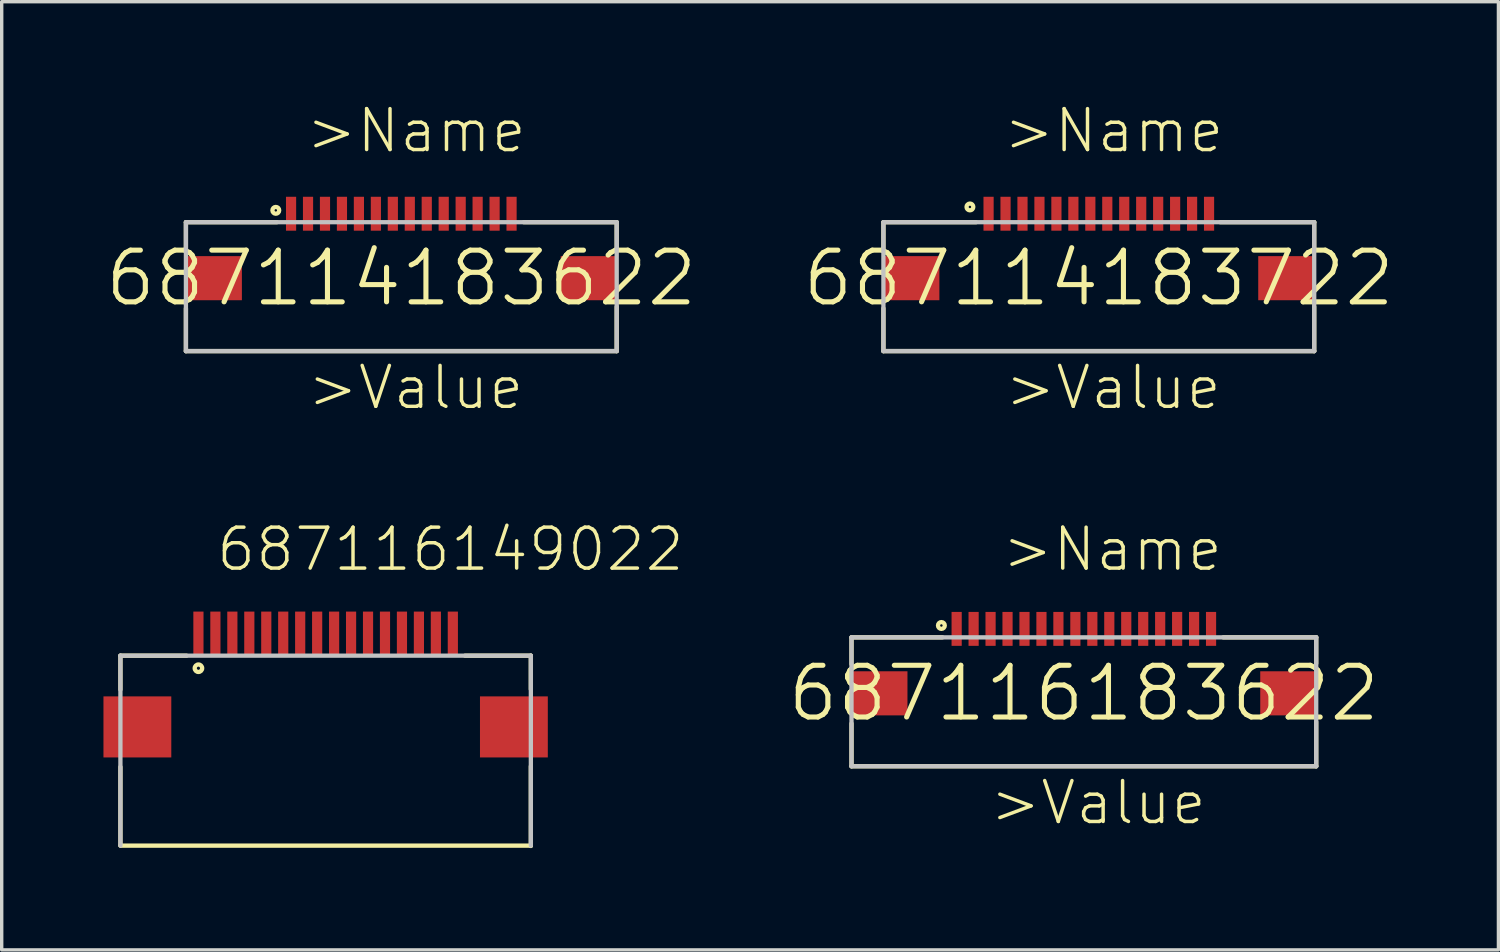
<source format=kicad_pcb>
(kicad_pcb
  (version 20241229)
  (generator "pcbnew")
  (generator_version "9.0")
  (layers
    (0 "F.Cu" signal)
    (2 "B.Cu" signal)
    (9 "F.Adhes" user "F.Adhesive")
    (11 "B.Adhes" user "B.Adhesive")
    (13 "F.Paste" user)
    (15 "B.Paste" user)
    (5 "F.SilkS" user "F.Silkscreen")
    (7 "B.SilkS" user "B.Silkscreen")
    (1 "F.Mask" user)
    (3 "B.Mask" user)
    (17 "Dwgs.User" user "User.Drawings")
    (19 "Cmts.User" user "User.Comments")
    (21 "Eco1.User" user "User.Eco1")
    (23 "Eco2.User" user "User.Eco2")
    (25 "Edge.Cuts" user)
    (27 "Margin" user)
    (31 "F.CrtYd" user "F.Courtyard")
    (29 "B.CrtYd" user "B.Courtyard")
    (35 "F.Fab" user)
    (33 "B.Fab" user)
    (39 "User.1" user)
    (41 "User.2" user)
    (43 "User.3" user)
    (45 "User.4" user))
  (footprint "687116149022"
    (layer "F.Cu")
    (at 6.55 15.63)
    (property "Reference" "687116149022" (at -3.28 -1.78 0) (layer "F.SilkS") (effects (font (size 1.206 1.206) (thickness 0.102)) (justify left bottom)))
    (attr through_hole)
    (fp_line (start -6.05 0.65) (end -6.05 1.65) (stroke (width 0.127) (type solid)) (layer "F.SilkS"))
    (fp_line (start -6.05 3.93) (end -6.05 6.24) (stroke (width 0.127) (type solid)) (layer "F.SilkS"))
    (fp_line (start -4.1 0.65) (end -6.05 0.65) (stroke (width 0.127) (type solid)) (layer "F.SilkS"))
    (fp_line (start 4.11 0.65) (end 6.05 0.65) (stroke (width 0.127) (type solid)) (layer "F.SilkS"))
    (fp_line (start 6.05 0.65) (end 6.05 1.64) (stroke (width 0.127) (type solid)) (layer "F.SilkS"))
    (fp_line (start 6.05 3.91) (end 6.05 6.26) (stroke (width 0.127) (type solid)) (layer "F.SilkS"))
    (fp_line (start 6.05 6.25) (end -6.05 6.25) (stroke (width 0.127) (type solid)) (layer "F.SilkS"))
    (fp_circle (center -3.75 1.02) (end -3.64 1.02) (stroke (width 0.127) (type solid)) (fill no) (layer "F.SilkS"))
    (fp_line (start -6.05 0.65) (end 6.05 0.65) (stroke (width 0.127) (type solid)) (layer "Dwgs.User"))
    (fp_line (start -6.05 6.25) (end -6.05 0.65) (stroke (width 0.127) (type solid)) (layer "Dwgs.User"))
    (fp_line (start 6.05 0.65) (end 6.05 6.25) (stroke (width 0.127) (type solid)) (layer "Dwgs.User"))
    (pad "1" smd rect (at -3.75 0) (size 0.3 1.3) (layers "F.Cu" "F.Mask" "F.Paste"))
    (pad "2" smd rect (at -3.25 0) (size 0.3 1.3) (layers "F.Cu" "F.Mask" "F.Paste"))
    (pad "3" smd rect (at -2.75 0) (size 0.3 1.3) (layers "F.Cu" "F.Mask" "F.Paste"))
    (pad "4" smd rect (at -2.25 0) (size 0.3 1.3) (layers "F.Cu" "F.Mask" "F.Paste"))
    (pad "5" smd rect (at -1.75 0) (size 0.3 1.3) (layers "F.Cu" "F.Mask" "F.Paste"))
    (pad "6" smd rect (at -1.25 0) (size 0.3 1.3) (layers "F.Cu" "F.Mask" "F.Paste"))
    (pad "7" smd rect (at -0.75 0) (size 0.3 1.3) (layers "F.Cu" "F.Mask" "F.Paste"))
    (pad "8" smd rect (at -0.25 0) (size 0.3 1.3) (layers "F.Cu" "F.Mask" "F.Paste"))
    (pad "9" smd rect (at 0.25 0) (size 0.3 1.3) (layers "F.Cu" "F.Mask" "F.Paste"))
    (pad "10" smd rect (at 0.75 0) (size 0.3 1.3) (layers "F.Cu" "F.Mask" "F.Paste"))
    (pad "11" smd rect (at 1.25 0) (size 0.3 1.3) (layers "F.Cu" "F.Mask" "F.Paste"))
    (pad "12" smd rect (at 1.75 0) (size 0.3 1.3) (layers "F.Cu" "F.Mask" "F.Paste"))
    (pad "13" smd rect (at 2.25 0) (size 0.3 1.3) (layers "F.Cu" "F.Mask" "F.Paste"))
    (pad "14" smd rect (at 2.75 0) (size 0.3 1.3) (layers "F.Cu" "F.Mask" "F.Paste"))
    (pad "15" smd rect (at 3.25 0) (size 0.3 1.3) (layers "F.Cu" "F.Mask" "F.Paste"))
    (pad "16" smd rect (at 3.75 0) (size 0.3 1.3) (layers "F.Cu" "F.Mask" "F.Paste"))
    (pad "Z1" smd rect (at -5.55 2.75) (size 2 1.8) (layers "F.Cu" "F.Mask" "F.Paste"))
    (pad "Z2" smd rect (at 5.55 2.75) (size 2 1.8) (layers "F.Cu" "F.Mask" "F.Paste")))
  (footprint "687114183722"
    (layer "F.Cu")
    (at 29.344 5.151)
    (property "Reference" "687114183722" (at 0 0 0) (layer "F.SilkS") (effects (font (size 1.524 1.524) (thickness 0.15))))
    (attr through_hole)
    (fp_line (start -6.35 -1.65) (end -6.35 -0.87) (stroke (width 0.127) (type solid)) (layer "F.SilkS"))
    (fp_line (start -6.35 0.89) (end -6.35 2.15) (stroke (width 0.127) (type solid)) (layer "F.SilkS"))
    (fp_line (start -6.35 2.15) (end 6.35 2.15) (stroke (width 0.127) (type solid)) (layer "F.SilkS"))
    (fp_line (start -3.62 -1.65) (end -6.35 -1.65) (stroke (width 0.127) (type solid)) (layer "F.SilkS"))
    (fp_line (start 3.58 -1.65) (end 6.35 -1.65) (stroke (width 0.127) (type solid)) (layer "F.SilkS"))
    (fp_line (start 6.35 -1.65) (end 6.35 -0.87) (stroke (width 0.127) (type solid)) (layer "F.SilkS"))
    (fp_line (start 6.35 2.15) (end 6.35 0.84) (stroke (width 0.127) (type solid)) (layer "F.SilkS"))
    (fp_circle (center -3.8 -2.1) (end -3.7 -2.1) (stroke (width 0.127) (type solid)) (fill no) (layer "F.SilkS"))
    (fp_line (start -6.35 -1.65) (end 6.35 -1.65) (stroke (width 0.127) (type solid)) (layer "Dwgs.User"))
    (fp_line (start -6.35 2.15) (end -6.35 -1.65) (stroke (width 0.127) (type solid)) (layer "Dwgs.User"))
    (fp_line (start 6.35 -1.65) (end 6.35 2.15) (stroke (width 0.127) (type solid)) (layer "Dwgs.User"))
    (fp_line (start 6.35 2.15) (end -6.35 2.15) (stroke (width 0.127) (type solid)) (layer "Dwgs.User"))
    (fp_text user ">Value" (at -2.83 3.93 0) (layer "F.SilkS") (effects (font (size 1.206 1.206) (thickness 0.102)) (justify left bottom)))
    (fp_text user ">Name" (at -2.87 -3.64 0) (layer "F.SilkS") (effects (font (size 1.206 1.206) (thickness 0.102)) (justify left bottom)))
    (pad "1" smd rect (at -3.25 -1.9 90) (size 1 0.3) (layers "F.Cu" "F.Mask" "F.Paste"))
    (pad "2" smd rect (at -2.75 -1.9 90) (size 1 0.3) (layers "F.Cu" "F.Mask" "F.Paste"))
    (pad "3" smd rect (at -2.25 -1.9 90) (size 1 0.3) (layers "F.Cu" "F.Mask" "F.Paste"))
    (pad "4" smd rect (at -1.75 -1.9 90) (size 1 0.3) (layers "F.Cu" "F.Mask" "F.Paste"))
    (pad "5" smd rect (at -1.25 -1.9 90) (size 1 0.3) (layers "F.Cu" "F.Mask" "F.Paste"))
    (pad "6" smd rect (at -0.75 -1.9 90) (size 1 0.3) (layers "F.Cu" "F.Mask" "F.Paste"))
    (pad "7" smd rect (at -0.25 -1.9 90) (size 1 0.3) (layers "F.Cu" "F.Mask" "F.Paste"))
    (pad "8" smd rect (at 0.25 -1.9 90) (size 1 0.3) (layers "F.Cu" "F.Mask" "F.Paste"))
    (pad "9" smd rect (at 0.75 -1.9 90) (size 1 0.3) (layers "F.Cu" "F.Mask" "F.Paste"))
    (pad "10" smd rect (at 1.25 -1.9 90) (size 1 0.3) (layers "F.Cu" "F.Mask" "F.Paste"))
    (pad "11" smd rect (at 1.75 -1.9 90) (size 1 0.3) (layers "F.Cu" "F.Mask" "F.Paste"))
    (pad "12" smd rect (at 2.25 -1.9 90) (size 1 0.3) (layers "F.Cu" "F.Mask" "F.Paste"))
    (pad "13" smd rect (at 2.75 -1.9 90) (size 1 0.3) (layers "F.Cu" "F.Mask" "F.Paste"))
    (pad "14" smd rect (at 3.25 -1.9 90) (size 1 0.3) (layers "F.Cu" "F.Mask" "F.Paste"))
    (pad "Z1" smd rect (at -5.525 0) (size 1.65 1.3) (layers "F.Cu" "F.Mask" "F.Paste"))
    (pad "Z2" smd rect (at 5.525 0) (size 1.65 1.3) (layers "F.Cu" "F.Mask" "F.Paste")))
  (footprint "687114183622"
    (layer "F.Cu")
    (at 8.781 5.151)
    (property "Reference" "687114183622" (at 0 0 0) (layer "F.SilkS") (effects (font (size 1.524 1.524) (thickness 0.15))))
    (attr through_hole)
    (fp_line (start -6.35 -1.65) (end -6.35 -0.86) (stroke (width 0.127) (type solid)) (layer "F.SilkS"))
    (fp_line (start -6.35 0.89) (end -6.35 2.15) (stroke (width 0.127) (type solid)) (layer "F.SilkS"))
    (fp_line (start -6.35 2.15) (end 6.35 2.15) (stroke (width 0.127) (type solid)) (layer "F.SilkS"))
    (fp_line (start -3.67 -1.65) (end -6.35 -1.65) (stroke (width 0.127) (type solid)) (layer "F.SilkS"))
    (fp_line (start 3.61 -1.65) (end 6.35 -1.65) (stroke (width 0.127) (type solid)) (layer "F.SilkS"))
    (fp_line (start 6.35 -1.65) (end 6.35 -0.88) (stroke (width 0.127) (type solid)) (layer "F.SilkS"))
    (fp_line (start 6.35 2.15) (end 6.35 0.84) (stroke (width 0.127) (type solid)) (layer "F.SilkS"))
    (fp_circle (center -3.7 -2) (end -3.6 -2) (stroke (width 0.127) (type solid)) (fill no) (layer "F.SilkS"))
    (fp_line (start -6.35 -1.65) (end 6.35 -1.65) (stroke (width 0.127) (type solid)) (layer "Dwgs.User"))
    (fp_line (start -6.35 2.15) (end -6.35 -1.65) (stroke (width 0.127) (type solid)) (layer "Dwgs.User"))
    (fp_line (start 6.35 -1.65) (end 6.35 2.15) (stroke (width 0.127) (type solid)) (layer "Dwgs.User"))
    (fp_line (start 6.35 2.15) (end -6.35 2.15) (stroke (width 0.127) (type solid)) (layer "Dwgs.User"))
    (fp_text user ">Value" (at -2.83 3.93 0) (layer "F.SilkS") (effects (font (size 1.206 1.206) (thickness 0.102)) (justify left bottom)))
    (fp_text user ">Name" (at -2.87 -3.64 0) (layer "F.SilkS") (effects (font (size 1.206 1.206) (thickness 0.102)) (justify left bottom)))
    (pad "1" smd rect (at -3.25 -1.9 90) (size 1 0.3) (layers "F.Cu" "F.Mask" "F.Paste"))
    (pad "2" smd rect (at -2.75 -1.9 90) (size 1 0.3) (layers "F.Cu" "F.Mask" "F.Paste"))
    (pad "3" smd rect (at -2.25 -1.9 90) (size 1 0.3) (layers "F.Cu" "F.Mask" "F.Paste"))
    (pad "4" smd rect (at -1.75 -1.9 90) (size 1 0.3) (layers "F.Cu" "F.Mask" "F.Paste"))
    (pad "5" smd rect (at -1.25 -1.9 90) (size 1 0.3) (layers "F.Cu" "F.Mask" "F.Paste"))
    (pad "6" smd rect (at -0.75 -1.9 90) (size 1 0.3) (layers "F.Cu" "F.Mask" "F.Paste"))
    (pad "7" smd rect (at -0.25 -1.9 90) (size 1 0.3) (layers "F.Cu" "F.Mask" "F.Paste"))
    (pad "8" smd rect (at 0.25 -1.9 90) (size 1 0.3) (layers "F.Cu" "F.Mask" "F.Paste"))
    (pad "9" smd rect (at 0.75 -1.9 90) (size 1 0.3) (layers "F.Cu" "F.Mask" "F.Paste"))
    (pad "10" smd rect (at 1.25 -1.9 90) (size 1 0.3) (layers "F.Cu" "F.Mask" "F.Paste"))
    (pad "11" smd rect (at 1.75 -1.9 90) (size 1 0.3) (layers "F.Cu" "F.Mask" "F.Paste"))
    (pad "12" smd rect (at 2.25 -1.9 90) (size 1 0.3) (layers "F.Cu" "F.Mask" "F.Paste"))
    (pad "13" smd rect (at 2.75 -1.9 90) (size 1 0.3) (layers "F.Cu" "F.Mask" "F.Paste"))
    (pad "14" smd rect (at 3.25 -1.9 90) (size 1 0.3) (layers "F.Cu" "F.Mask" "F.Paste"))
    (pad "Z1" smd rect (at -5.525 0) (size 1.65 1.3) (layers "F.Cu" "F.Mask" "F.Paste"))
    (pad "Z2" smd rect (at 5.525 0) (size 1.65 1.3) (layers "F.Cu" "F.Mask" "F.Paste")))
  (footprint "687116183622"
    (layer "F.Cu")
    (at 28.903 17.39)
    (property "Reference" "687116183622" (at 0 0 0) (layer "F.SilkS") (effects (font (size 1.524 1.524) (thickness 0.15))))
    (attr through_hole)
    (fp_line (start -6.85 -1.65) (end -6.85 -0.86) (stroke (width 0.127) (type solid)) (layer "F.SilkS"))
    (fp_line (start -6.85 0.89) (end -6.85 2.15) (stroke (width 0.127) (type solid)) (layer "F.SilkS"))
    (fp_line (start -6.85 2.15) (end 6.85 2.15) (stroke (width 0.127) (type solid)) (layer "F.SilkS"))
    (fp_line (start -4.17 -1.65) (end -6.85 -1.65) (stroke (width 0.127) (type solid)) (layer "F.SilkS"))
    (fp_line (start 4.11 -1.65) (end 6.85 -1.65) (stroke (width 0.127) (type solid)) (layer "F.SilkS"))
    (fp_line (start 6.85 -1.65) (end 6.85 -0.88) (stroke (width 0.127) (type solid)) (layer "F.SilkS"))
    (fp_line (start 6.85 2.15) (end 6.85 0.84) (stroke (width 0.127) (type solid)) (layer "F.SilkS"))
    (fp_circle (center -4.2 -2) (end -4.1 -2) (stroke (width 0.127) (type solid)) (fill no) (layer "F.SilkS"))
    (fp_line (start -6.85 -1.65) (end 6.85 -1.65) (stroke (width 0.127) (type solid)) (layer "Dwgs.User"))
    (fp_line (start -6.85 2.15) (end -6.85 -1.65) (stroke (width 0.127) (type solid)) (layer "Dwgs.User"))
    (fp_line (start 6.85 -1.65) (end 6.85 2.15) (stroke (width 0.127) (type solid)) (layer "Dwgs.User"))
    (fp_line (start 6.85 2.15) (end -6.85 2.15) (stroke (width 0.127) (type solid)) (layer "Dwgs.User"))
    (fp_text user ">Name" (at -2.47 -3.54 0) (layer "F.SilkS") (effects (font (size 1.206 1.206) (thickness 0.102)) (justify left bottom)))
    (fp_text user ">Value" (at -2.83 3.93 0) (layer "F.SilkS") (effects (font (size 1.206 1.206) (thickness 0.102)) (justify left bottom)))
    (pad "1" smd rect (at -3.75 -1.9 90) (size 1 0.3) (layers "F.Cu" "F.Mask" "F.Paste"))
    (pad "2" smd rect (at -3.25 -1.9 90) (size 1 0.3) (layers "F.Cu" "F.Mask" "F.Paste"))
    (pad "3" smd rect (at -2.75 -1.9 90) (size 1 0.3) (layers "F.Cu" "F.Mask" "F.Paste"))
    (pad "4" smd rect (at -2.25 -1.9 90) (size 1 0.3) (layers "F.Cu" "F.Mask" "F.Paste"))
    (pad "5" smd rect (at -1.75 -1.9 90) (size 1 0.3) (layers "F.Cu" "F.Mask" "F.Paste"))
    (pad "6" smd rect (at -1.25 -1.9 90) (size 1 0.3) (layers "F.Cu" "F.Mask" "F.Paste"))
    (pad "7" smd rect (at -0.75 -1.9 90) (size 1 0.3) (layers "F.Cu" "F.Mask" "F.Paste"))
    (pad "8" smd rect (at -0.25 -1.9 90) (size 1 0.3) (layers "F.Cu" "F.Mask" "F.Paste"))
    (pad "9" smd rect (at 0.25 -1.9 90) (size 1 0.3) (layers "F.Cu" "F.Mask" "F.Paste"))
    (pad "10" smd rect (at 0.75 -1.9 90) (size 1 0.3) (layers "F.Cu" "F.Mask" "F.Paste"))
    (pad "11" smd rect (at 1.25 -1.9 90) (size 1 0.3) (layers "F.Cu" "F.Mask" "F.Paste"))
    (pad "12" smd rect (at 1.75 -1.9 90) (size 1 0.3) (layers "F.Cu" "F.Mask" "F.Paste"))
    (pad "13" smd rect (at 2.25 -1.9 90) (size 1 0.3) (layers "F.Cu" "F.Mask" "F.Paste"))
    (pad "14" smd rect (at 2.75 -1.9 90) (size 1 0.3) (layers "F.Cu" "F.Mask" "F.Paste"))
    (pad "15" smd rect (at 3.25 -1.9 90) (size 1 0.3) (layers "F.Cu" "F.Mask" "F.Paste"))
    (pad "16" smd rect (at 3.75 -1.9 90) (size 1 0.3) (layers "F.Cu" "F.Mask" "F.Paste"))
    (pad "Z1" smd rect (at -6.025 0) (size 1.65 1.3) (layers "F.Cu" "F.Mask" "F.Paste"))
    (pad "Z2" smd rect (at 6.025 0) (size 1.65 1.3) (layers "F.Cu" "F.Mask" "F.Paste")))
  (gr_rect
    (start -3 -3)
    (end 41.125 24.953)
    (stroke (width 0.1) (type default))
    (fill no)
    (layer "Edge.Cuts")))
</source>
